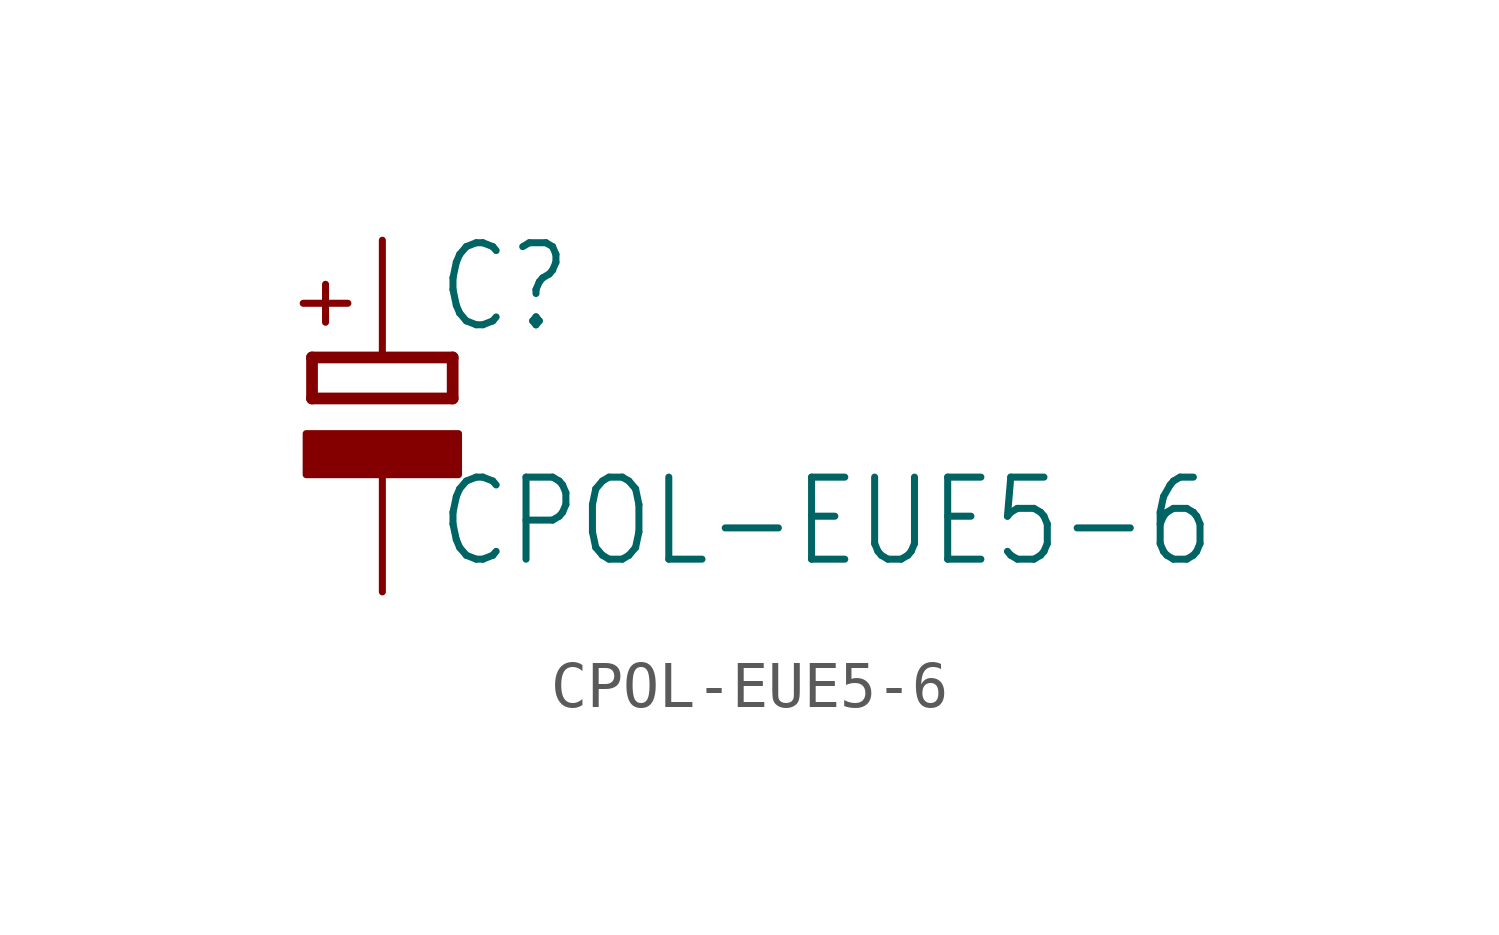
<source format=kicad_sym>
(kicad_symbol_lib
  (version 20210619)
  (generator kicad_symbol_editor)
  (symbol "CPOL-EUE5-6"
    (property "Reference" "C"
      (at 1.143 0.483 0)
      (effects (font (size 1.778 1.511)) (justify left bottom)))
    (property "Value" "CPOL-EUE5-6"
      (at 1.143 -4.597 0)
      (effects (font (size 1.778 1.511)) (justify left bottom)))
    (property "ki_locked" ""
      (at 0 0 0)
      (effects (font (size 1.27 1.27))))
    (symbol "CPOL-EUE5-6_1_0"
      (text "+" (at -0.584 0.406 900) (effects (font (size 1.27 1.079)) (justify left bottom)))
      (rectangle (start -1.651 -2.54) (end 1.651 -1.651) (stroke (width 0)) (fill (type outline)))
      (polyline (pts (xy -1.524 -0.889) (xy 1.524 -0.889)) (stroke (width 0.254)) (fill (type none)))
      (polyline (pts (xy -1.524 0) (xy -1.524 -0.889)) (stroke (width 0.254)) (fill (type none)))
      (polyline (pts (xy -1.524 0) (xy 1.524 0)) (stroke (width 0.254)) (fill (type none)))
      (polyline (pts (xy 1.524 -0.889) (xy 1.524 0)) (stroke (width 0.254)) (fill (type none)))
      (pin passive line (at 0 2.54 270) (length 2.54) (name "+" (effects (font (size 0 0)))) (number "+" (effects (font (size 0 0)))))
      (pin passive line (at 0 -5.08 90) (length 2.54) (name "-" (effects (font (size 0 0)))) (number "-" (effects (font (size 0 0))))))))
</source>
